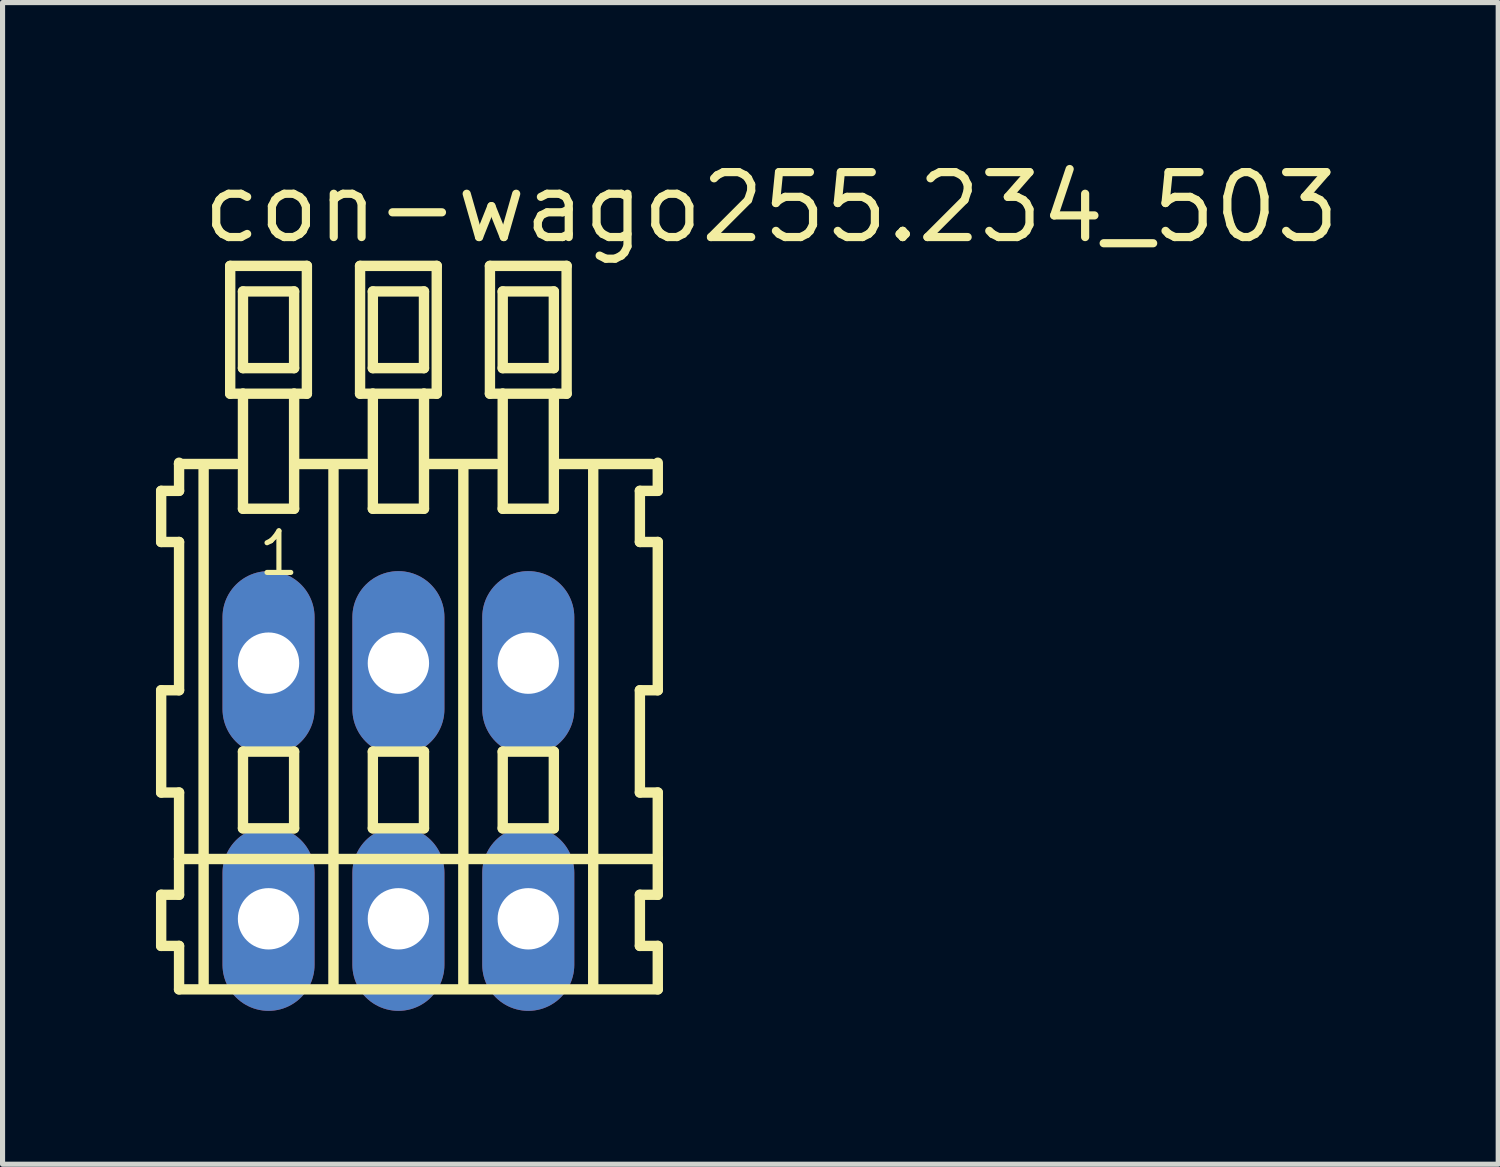
<source format=kicad_pcb>
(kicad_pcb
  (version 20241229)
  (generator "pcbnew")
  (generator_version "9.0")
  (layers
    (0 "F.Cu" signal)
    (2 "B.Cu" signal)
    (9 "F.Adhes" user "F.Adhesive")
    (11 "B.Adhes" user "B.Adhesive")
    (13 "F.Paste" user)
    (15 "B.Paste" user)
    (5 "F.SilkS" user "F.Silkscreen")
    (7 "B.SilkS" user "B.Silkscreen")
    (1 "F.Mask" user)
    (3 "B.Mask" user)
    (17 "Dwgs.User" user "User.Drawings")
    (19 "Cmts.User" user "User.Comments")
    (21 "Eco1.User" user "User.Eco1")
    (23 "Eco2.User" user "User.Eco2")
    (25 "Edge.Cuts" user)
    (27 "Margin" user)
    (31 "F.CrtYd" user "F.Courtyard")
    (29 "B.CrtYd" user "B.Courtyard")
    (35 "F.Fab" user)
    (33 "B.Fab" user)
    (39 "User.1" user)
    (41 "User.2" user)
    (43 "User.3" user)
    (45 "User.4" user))
  (footprint "con-wago255.234_503"
    (layer "F.Cu")
    (at 4.742 12.42)
    (property "Reference" "con-wago255.234_503" (at -3.91 -10.67 0) (layer "F.SilkS") (effects (font (size 1.27 1.27) (thickness 0.16)) (justify left bottom)))
    (attr through_hole)
    (fp_line (start -4.64 -5.87) (end -4.64 -4.87) (stroke (width 0.203) (type default)) (layer "F.SilkS"))
    (fp_line (start -4.64 -4.87) (end -4.29 -4.87) (stroke (width 0.203) (type default)) (layer "F.SilkS"))
    (fp_line (start -4.64 -1.97) (end -4.64 0.03) (stroke (width 0.203) (type default)) (layer "F.SilkS"))
    (fp_line (start -4.64 0.03) (end -4.29 0.03) (stroke (width 0.203) (type default)) (layer "F.SilkS"))
    (fp_line (start -4.64 2.03) (end -4.64 3.03) (stroke (width 0.203) (type default)) (layer "F.SilkS"))
    (fp_line (start -4.64 3.03) (end -4.29 3.03) (stroke (width 0.203) (type default)) (layer "F.SilkS"))
    (fp_line (start -4.29 -6.42) (end -4.29 -6.395) (stroke (width 0.203) (type default)) (layer "F.SilkS"))
    (fp_line (start -4.29 -6.395) (end -4.29 -5.87) (stroke (width 0.203) (type default)) (layer "F.SilkS"))
    (fp_line (start -4.29 -6.395) (end -3.165 -6.395) (stroke (width 0.203) (type default)) (layer "F.SilkS"))
    (fp_line (start -4.29 -5.87) (end -4.64 -5.87) (stroke (width 0.203) (type default)) (layer "F.SilkS"))
    (fp_line (start -4.29 -4.87) (end -4.29 -1.97) (stroke (width 0.203) (type default)) (layer "F.SilkS"))
    (fp_line (start -4.29 -1.97) (end -4.64 -1.97) (stroke (width 0.203) (type default)) (layer "F.SilkS"))
    (fp_line (start -4.29 0.03) (end -4.29 1.33) (stroke (width 0.203) (type default)) (layer "F.SilkS"))
    (fp_line (start -4.29 1.33) (end -4.29 2.03) (stroke (width 0.203) (type default)) (layer "F.SilkS"))
    (fp_line (start -4.29 1.33) (end 5.073 1.33) (stroke (width 0.203) (type default)) (layer "F.SilkS"))
    (fp_line (start -4.29 2.03) (end -4.64 2.03) (stroke (width 0.203) (type default)) (layer "F.SilkS"))
    (fp_line (start -4.29 3.03) (end -4.29 3.88) (stroke (width 0.203) (type default)) (layer "F.SilkS"))
    (fp_line (start -4.29 3.88) (end 5.073 3.88) (stroke (width 0.203) (type default)) (layer "F.SilkS"))
    (fp_line (start -3.81 3.83) (end -3.81 -6.33) (stroke (width 0.203) (type default)) (layer "F.SilkS"))
    (fp_line (start -3.29 -10.27) (end -3.29 -7.77) (stroke (width 0.203) (type default)) (layer "F.SilkS"))
    (fp_line (start -3.29 -7.77) (end -3.04 -7.77) (stroke (width 0.203) (type default)) (layer "F.SilkS"))
    (fp_line (start -3.04 -9.77) (end -3.04 -8.27) (stroke (width 0.203) (type default)) (layer "F.SilkS"))
    (fp_line (start -3.04 -8.27) (end -2.04 -8.27) (stroke (width 0.203) (type default)) (layer "F.SilkS"))
    (fp_line (start -3.04 -7.77) (end -3.04 -5.52) (stroke (width 0.203) (type default)) (layer "F.SilkS"))
    (fp_line (start -3.04 -7.77) (end -2.04 -7.77) (stroke (width 0.203) (type default)) (layer "F.SilkS"))
    (fp_line (start -3.04 -5.52) (end -2.04 -5.52) (stroke (width 0.203) (type default)) (layer "F.SilkS"))
    (fp_line (start -3.04 -0.77) (end -3.04 0.73) (stroke (width 0.203) (type default)) (layer "F.SilkS"))
    (fp_line (start -3.04 0.73) (end -2.04 0.73) (stroke (width 0.203) (type default)) (layer "F.SilkS"))
    (fp_line (start -2.04 -9.77) (end -3.04 -9.77) (stroke (width 0.203) (type default)) (layer "F.SilkS"))
    (fp_line (start -2.04 -8.27) (end -2.04 -9.77) (stroke (width 0.203) (type default)) (layer "F.SilkS"))
    (fp_line (start -2.04 -7.77) (end -1.79 -7.77) (stroke (width 0.203) (type default)) (layer "F.SilkS"))
    (fp_line (start -2.04 -5.52) (end -2.04 -7.77) (stroke (width 0.203) (type default)) (layer "F.SilkS"))
    (fp_line (start -2.04 -0.77) (end -3.04 -0.77) (stroke (width 0.203) (type default)) (layer "F.SilkS"))
    (fp_line (start -2.04 0.73) (end -2.04 -0.77) (stroke (width 0.203) (type default)) (layer "F.SilkS"))
    (fp_line (start -2.004 -6.395) (end -0.625 -6.395) (stroke (width 0.203) (type default)) (layer "F.SilkS"))
    (fp_line (start -1.79 -10.27) (end -3.29 -10.27) (stroke (width 0.203) (type default)) (layer "F.SilkS"))
    (fp_line (start -1.79 -7.77) (end -1.79 -10.27) (stroke (width 0.203) (type default)) (layer "F.SilkS"))
    (fp_line (start -1.27 3.83) (end -1.27 -6.33) (stroke (width 0.203) (type default)) (layer "F.SilkS"))
    (fp_line (start -0.75 -10.27) (end -0.75 -7.77) (stroke (width 0.203) (type default)) (layer "F.SilkS"))
    (fp_line (start -0.75 -7.77) (end -0.5 -7.77) (stroke (width 0.203) (type default)) (layer "F.SilkS"))
    (fp_line (start -0.5 -9.77) (end -0.5 -8.27) (stroke (width 0.203) (type default)) (layer "F.SilkS"))
    (fp_line (start -0.5 -8.27) (end 0.5 -8.27) (stroke (width 0.203) (type default)) (layer "F.SilkS"))
    (fp_line (start -0.5 -7.77) (end -0.5 -5.52) (stroke (width 0.203) (type default)) (layer "F.SilkS"))
    (fp_line (start -0.5 -7.77) (end 0.5 -7.77) (stroke (width 0.203) (type default)) (layer "F.SilkS"))
    (fp_line (start -0.5 -5.52) (end 0.5 -5.52) (stroke (width 0.203) (type default)) (layer "F.SilkS"))
    (fp_line (start -0.5 -0.77) (end -0.5 0.73) (stroke (width 0.203) (type default)) (layer "F.SilkS"))
    (fp_line (start -0.5 0.73) (end 0.5 0.73) (stroke (width 0.203) (type default)) (layer "F.SilkS"))
    (fp_line (start 0.5 -9.77) (end -0.5 -9.77) (stroke (width 0.203) (type default)) (layer "F.SilkS"))
    (fp_line (start 0.5 -8.27) (end 0.5 -9.77) (stroke (width 0.203) (type default)) (layer "F.SilkS"))
    (fp_line (start 0.5 -7.77) (end 0.75 -7.77) (stroke (width 0.203) (type default)) (layer "F.SilkS"))
    (fp_line (start 0.5 -5.52) (end 0.5 -7.77) (stroke (width 0.203) (type default)) (layer "F.SilkS"))
    (fp_line (start 0.5 -0.77) (end -0.5 -0.77) (stroke (width 0.203) (type default)) (layer "F.SilkS"))
    (fp_line (start 0.5 0.73) (end 0.5 -0.77) (stroke (width 0.203) (type default)) (layer "F.SilkS"))
    (fp_line (start 0.536 -6.395) (end 1.915 -6.395) (stroke (width 0.203) (type default)) (layer "F.SilkS"))
    (fp_line (start 0.75 -10.27) (end -0.75 -10.27) (stroke (width 0.203) (type default)) (layer "F.SilkS"))
    (fp_line (start 0.75 -7.77) (end 0.75 -10.27) (stroke (width 0.203) (type default)) (layer "F.SilkS"))
    (fp_line (start 1.27 3.83) (end 1.27 -6.33) (stroke (width 0.203) (type default)) (layer "F.SilkS"))
    (fp_line (start 1.79 -10.27) (end 1.79 -7.77) (stroke (width 0.203) (type default)) (layer "F.SilkS"))
    (fp_line (start 1.79 -7.77) (end 2.04 -7.77) (stroke (width 0.203) (type default)) (layer "F.SilkS"))
    (fp_line (start 2.04 -9.77) (end 2.04 -8.27) (stroke (width 0.203) (type default)) (layer "F.SilkS"))
    (fp_line (start 2.04 -8.27) (end 3.04 -8.27) (stroke (width 0.203) (type default)) (layer "F.SilkS"))
    (fp_line (start 2.04 -7.77) (end 2.04 -5.52) (stroke (width 0.203) (type default)) (layer "F.SilkS"))
    (fp_line (start 2.04 -7.77) (end 3.04 -7.77) (stroke (width 0.203) (type default)) (layer "F.SilkS"))
    (fp_line (start 2.04 -5.52) (end 3.04 -5.52) (stroke (width 0.203) (type default)) (layer "F.SilkS"))
    (fp_line (start 2.04 -0.77) (end 2.04 0.73) (stroke (width 0.203) (type default)) (layer "F.SilkS"))
    (fp_line (start 2.04 0.73) (end 3.04 0.73) (stroke (width 0.203) (type default)) (layer "F.SilkS"))
    (fp_line (start 3.04 -9.77) (end 2.04 -9.77) (stroke (width 0.203) (type default)) (layer "F.SilkS"))
    (fp_line (start 3.04 -8.27) (end 3.04 -9.77) (stroke (width 0.203) (type default)) (layer "F.SilkS"))
    (fp_line (start 3.04 -7.77) (end 3.29 -7.77) (stroke (width 0.203) (type default)) (layer "F.SilkS"))
    (fp_line (start 3.04 -5.52) (end 3.04 -7.77) (stroke (width 0.203) (type default)) (layer "F.SilkS"))
    (fp_line (start 3.04 -0.77) (end 2.04 -0.77) (stroke (width 0.203) (type default)) (layer "F.SilkS"))
    (fp_line (start 3.04 0.73) (end 3.04 -0.77) (stroke (width 0.203) (type default)) (layer "F.SilkS"))
    (fp_line (start 3.076 -6.395) (end 4.963 -6.395) (stroke (width 0.203) (type default)) (layer "F.SilkS"))
    (fp_line (start 3.29 -10.27) (end 1.79 -10.27) (stroke (width 0.203) (type default)) (layer "F.SilkS"))
    (fp_line (start 3.29 -7.77) (end 3.29 -10.27) (stroke (width 0.203) (type default)) (layer "F.SilkS"))
    (fp_line (start 3.81 3.83) (end 3.81 -6.33) (stroke (width 0.203) (type default)) (layer "F.SilkS"))
    (fp_line (start 4.723 -5.87) (end 4.723 -4.87) (stroke (width 0.203) (type default)) (layer "F.SilkS"))
    (fp_line (start 4.723 -4.87) (end 5.073 -4.87) (stroke (width 0.203) (type default)) (layer "F.SilkS"))
    (fp_line (start 4.723 -1.97) (end 4.723 0.03) (stroke (width 0.203) (type default)) (layer "F.SilkS"))
    (fp_line (start 4.723 0.03) (end 5.073 0.03) (stroke (width 0.203) (type default)) (layer "F.SilkS"))
    (fp_line (start 4.723 2.03) (end 4.723 3.03) (stroke (width 0.203) (type default)) (layer "F.SilkS"))
    (fp_line (start 4.723 3.03) (end 5.073 3.03) (stroke (width 0.203) (type default)) (layer "F.SilkS"))
    (fp_line (start 5.073 -5.87) (end 4.723 -5.87) (stroke (width 0.203) (type default)) (layer "F.SilkS"))
    (fp_line (start 5.073 -5.87) (end 5.073 -6.42) (stroke (width 0.203) (type default)) (layer "F.SilkS"))
    (fp_line (start 5.073 -1.97) (end 4.723 -1.97) (stroke (width 0.203) (type default)) (layer "F.SilkS"))
    (fp_line (start 5.073 -1.97) (end 5.073 -4.87) (stroke (width 0.203) (type default)) (layer "F.SilkS"))
    (fp_line (start 5.073 1.33) (end 5.073 0.03) (stroke (width 0.203) (type default)) (layer "F.SilkS"))
    (fp_line (start 5.073 2.03) (end 4.723 2.03) (stroke (width 0.203) (type default)) (layer "F.SilkS"))
    (fp_line (start 5.073 2.03) (end 5.073 1.33) (stroke (width 0.203) (type default)) (layer "F.SilkS"))
    (fp_line (start 5.073 3.88) (end 5.073 3.03) (stroke (width 0.203) (type default)) (layer "F.SilkS"))
    (fp_text user "1" (at -2.79 -4.17 0) (layer "F.SilkS") (effects (font (size 0.813 0.813) (thickness 0.1)) (justify left bottom)))
    (pad "A1" thru_hole oval (at -2.54 -2.5 90) (size 3.6 1.8) (drill 1.2) (layers "*.Cu" "*.Mask"))
    (pad "A2" thru_hole oval (at 0 -2.5 90) (size 3.6 1.8) (drill 1.2) (layers "*.Cu" "*.Mask"))
    (pad "A3" thru_hole oval (at 2.54 -2.5 90) (size 3.6 1.8) (drill 1.2) (layers "*.Cu" "*.Mask"))
    (pad "B1" thru_hole oval (at -2.54 2.5 90) (size 3.6 1.8) (drill 1.2) (layers "*.Cu" "*.Mask"))
    (pad "B2" thru_hole oval (at 0 2.5 90) (size 3.6 1.8) (drill 1.2) (layers "*.Cu" "*.Mask"))
    (pad "B3" thru_hole oval (at 2.54 2.5 90) (size 3.6 1.8) (drill 1.2) (layers "*.Cu" "*.Mask")))
  (gr_rect
    (start -3 -3)
    (end 26.252 19.72)
    (stroke (width 0.1) (type default))
    (fill no)
    (layer "Edge.Cuts")))
</source>
